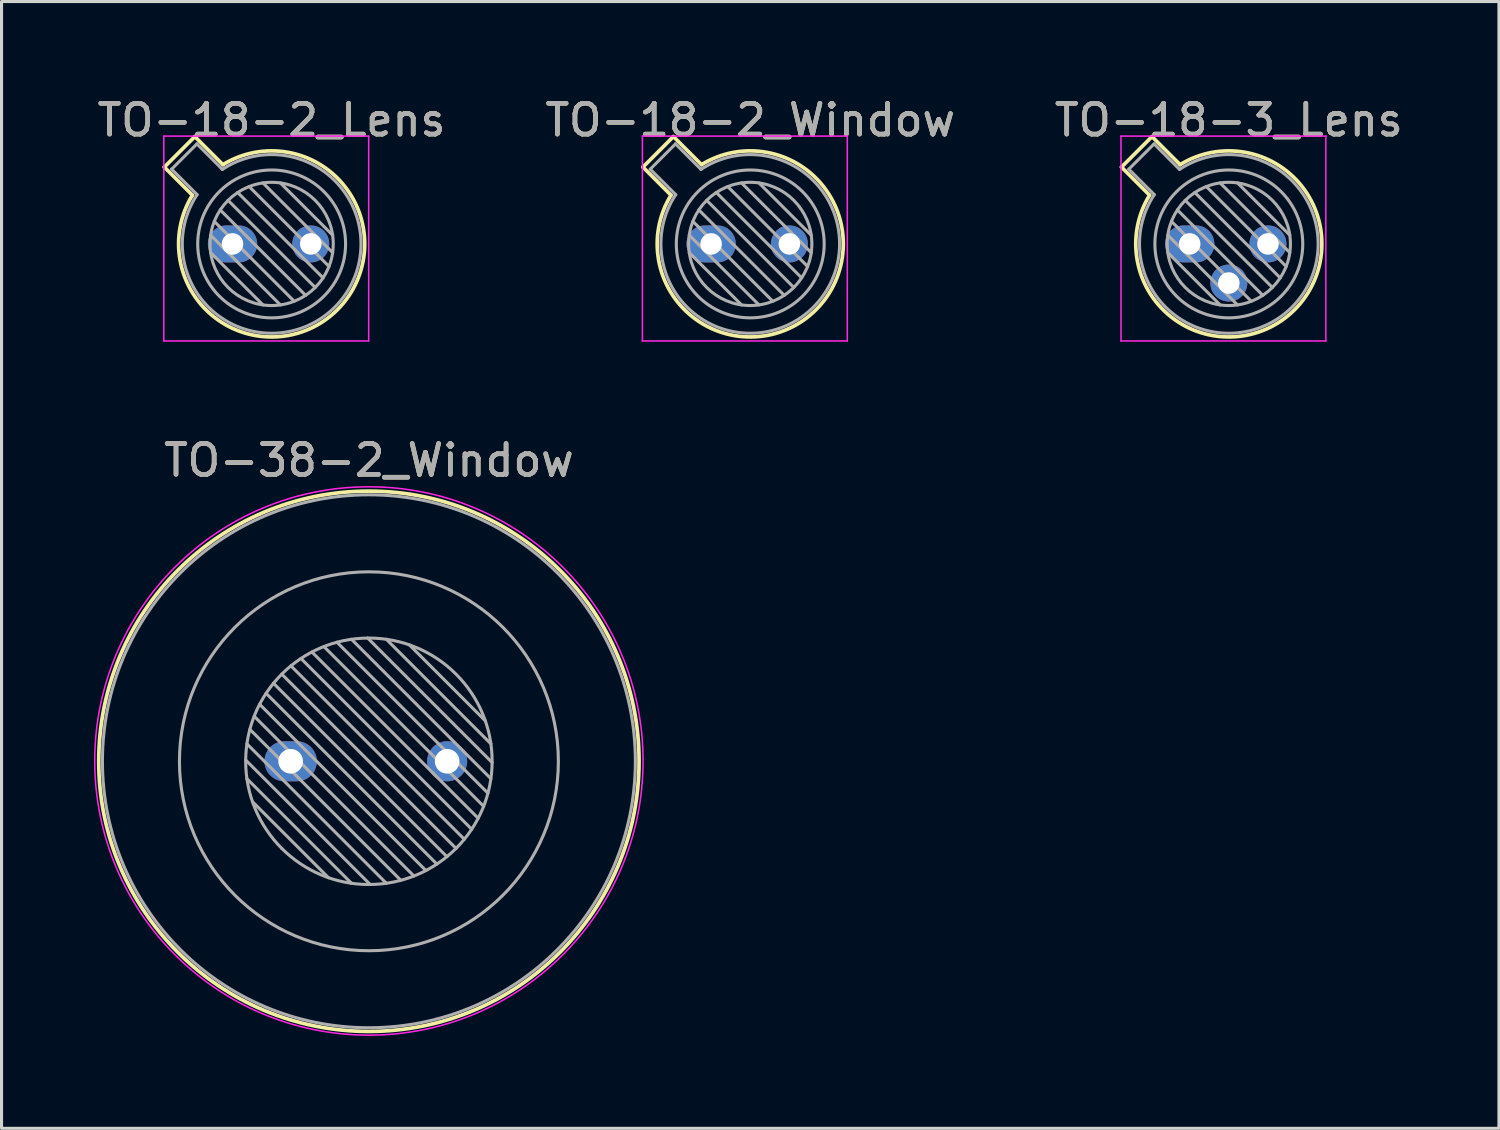
<source format=kicad_pcb>
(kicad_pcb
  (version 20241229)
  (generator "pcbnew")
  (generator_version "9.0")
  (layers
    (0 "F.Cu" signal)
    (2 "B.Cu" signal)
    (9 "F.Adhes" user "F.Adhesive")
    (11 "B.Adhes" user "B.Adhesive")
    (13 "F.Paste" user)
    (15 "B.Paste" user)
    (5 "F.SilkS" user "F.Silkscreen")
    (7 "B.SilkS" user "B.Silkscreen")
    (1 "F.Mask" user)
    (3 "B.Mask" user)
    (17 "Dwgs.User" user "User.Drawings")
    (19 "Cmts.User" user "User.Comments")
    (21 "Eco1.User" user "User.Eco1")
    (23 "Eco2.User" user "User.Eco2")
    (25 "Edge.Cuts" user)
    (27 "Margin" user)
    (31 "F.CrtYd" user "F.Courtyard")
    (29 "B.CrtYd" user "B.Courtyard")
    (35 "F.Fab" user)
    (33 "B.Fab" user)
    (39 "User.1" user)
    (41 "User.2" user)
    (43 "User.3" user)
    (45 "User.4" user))
  (footprint "TO-18-2_Window"
    (layer "F.Cu")
    (at 20.034 4.868)
    (property "Reference" "TO-18-2_Window" (at 1.27 -4.02 0) (layer "F.SilkS") (effects (font (size 1 1) (thickness 0.15))))
    (attr through_hole)
    (fp_line (start -2.214 -2.494) (end -1.302 -1.582) (stroke (width 0.12) (type solid)) (layer "F.SilkS"))
    (fp_line (start -1.224 -3.484) (end -2.214 -2.494) (stroke (width 0.12) (type solid)) (layer "F.SilkS"))
    (fp_line (start -0.312 -2.572) (end -1.224 -3.484) (stroke (width 0.12) (type solid)) (layer "F.SilkS"))
    (fp_arc (start -0.312331 -2.572281) (mid 3.405374 2.135551) (end -1.30215 -1.582544) (stroke (width 0.12) (type solid)) (layer "F.SilkS"))
    (fp_line (start -2.23 -3.5) (end -2.23 3.15) (stroke (width 0.05) (type solid)) (layer "F.CrtYd"))
    (fp_line (start -2.23 3.15) (end 4.42 3.15) (stroke (width 0.05) (type solid)) (layer "F.CrtYd"))
    (fp_line (start 4.42 -3.5) (end -2.23 -3.5) (stroke (width 0.05) (type solid)) (layer "F.CrtYd"))
    (fp_line (start 4.42 3.15) (end 4.42 -3.5) (stroke (width 0.05) (type solid)) (layer "F.CrtYd"))
    (fp_line (start -1.977 -2.426) (end -1.149 -1.599) (stroke (width 0.1) (type solid)) (layer "F.Fab"))
    (fp_line (start -1.156 -3.247) (end -1.977 -2.426) (stroke (width 0.1) (type solid)) (layer "F.Fab"))
    (fp_line (start -0.71 -0.283) (end 1.553 1.98) (stroke (width 0.1) (type solid)) (layer "F.Fab"))
    (fp_line (start -0.71 0.283) (end 0.987 1.98) (stroke (width 0.1) (type solid)) (layer "F.Fab"))
    (fp_line (start -0.592 -0.731) (end 2.001 1.862) (stroke (width 0.1) (type solid)) (layer "F.Fab"))
    (fp_line (start -0.399 -1.103) (end 2.373 1.669) (stroke (width 0.1) (type solid)) (layer "F.Fab"))
    (fp_line (start -0.329 -2.419) (end -1.156 -3.247) (stroke (width 0.1) (type solid)) (layer "F.Fab"))
    (fp_line (start -0.145 -1.415) (end 2.685 1.415) (stroke (width 0.1) (type solid)) (layer "F.Fab"))
    (fp_line (start 0.167 -1.669) (end 2.939 1.103) (stroke (width 0.1) (type solid)) (layer "F.Fab"))
    (fp_line (start 0.539 -1.862) (end 3.132 0.731) (stroke (width 0.1) (type solid)) (layer "F.Fab"))
    (fp_line (start 0.987 -1.98) (end 3.25 0.283) (stroke (width 0.1) (type solid)) (layer "F.Fab"))
    (fp_line (start 1.553 -1.98) (end 3.25 -0.283) (stroke (width 0.1) (type solid)) (layer "F.Fab"))
    (fp_arc (start -0.329057 -2.419301) (mid 3.321076 2.050143) (end -1.150029 -1.597956) (stroke (width 0.1) (type solid)) (layer "F.Fab"))
    (fp_circle (center 1.27 0) (end 3.27 0) (stroke (width 0.1) (type solid)) (fill no) (layer "F.Fab"))
    (fp_circle (center 1.27 0) (end 3.67 0) (stroke (width 0.1) (type solid)) (fill no) (layer "F.Fab"))
    (fp_text user "${REFERENCE}" (at 1.27 -4.02 0) (layer "F.Fab") (effects (font (size 1 1) (thickness 0.15))))
    (pad "1" thru_hole oval (at 0 0) (size 1.6 1.2) (drill 0.7) (layers "*.Cu" "*.Mask"))
    (pad "2" thru_hole oval (at 2.54 0) (size 1.2 1.2) (drill 0.7) (layers "*.Cu" "*.Mask")))
  (footprint "TO-18-3_Lens"
    (layer "F.Cu")
    (at 35.569 4.868)
    (property "Reference" "TO-18-3_Lens" (at 1.27 -4.02 0) (layer "F.SilkS") (effects (font (size 1 1) (thickness 0.15))))
    (attr through_hole)
    (fp_line (start -2.214 -2.494) (end -1.302 -1.582) (stroke (width 0.12) (type solid)) (layer "F.SilkS"))
    (fp_line (start -1.224 -3.484) (end -2.214 -2.494) (stroke (width 0.12) (type solid)) (layer "F.SilkS"))
    (fp_line (start -0.312 -2.572) (end -1.224 -3.484) (stroke (width 0.12) (type solid)) (layer "F.SilkS"))
    (fp_arc (start -0.312331 -2.572281) (mid 3.405374 2.135551) (end -1.30215 -1.582544) (stroke (width 0.12) (type solid)) (layer "F.SilkS"))
    (fp_line (start -2.23 -3.5) (end -2.23 3.15) (stroke (width 0.05) (type solid)) (layer "F.CrtYd"))
    (fp_line (start -2.23 3.15) (end 4.42 3.15) (stroke (width 0.05) (type solid)) (layer "F.CrtYd"))
    (fp_line (start 4.42 -3.5) (end -2.23 -3.5) (stroke (width 0.05) (type solid)) (layer "F.CrtYd"))
    (fp_line (start 4.42 3.15) (end 4.42 -3.5) (stroke (width 0.05) (type solid)) (layer "F.CrtYd"))
    (fp_line (start -1.977 -2.426) (end -1.149 -1.599) (stroke (width 0.1) (type solid)) (layer "F.Fab"))
    (fp_line (start -1.156 -3.247) (end -1.977 -2.426) (stroke (width 0.1) (type solid)) (layer "F.Fab"))
    (fp_line (start -0.71 -0.283) (end 1.553 1.98) (stroke (width 0.1) (type solid)) (layer "F.Fab"))
    (fp_line (start -0.71 0.283) (end 0.987 1.98) (stroke (width 0.1) (type solid)) (layer "F.Fab"))
    (fp_line (start -0.592 -0.731) (end 2.001 1.862) (stroke (width 0.1) (type solid)) (layer "F.Fab"))
    (fp_line (start -0.399 -1.103) (end 2.373 1.669) (stroke (width 0.1) (type solid)) (layer "F.Fab"))
    (fp_line (start -0.329 -2.419) (end -1.156 -3.247) (stroke (width 0.1) (type solid)) (layer "F.Fab"))
    (fp_line (start -0.145 -1.415) (end 2.685 1.415) (stroke (width 0.1) (type solid)) (layer "F.Fab"))
    (fp_line (start 0.167 -1.669) (end 2.939 1.103) (stroke (width 0.1) (type solid)) (layer "F.Fab"))
    (fp_line (start 0.539 -1.862) (end 3.132 0.731) (stroke (width 0.1) (type solid)) (layer "F.Fab"))
    (fp_line (start 0.987 -1.98) (end 3.25 0.283) (stroke (width 0.1) (type solid)) (layer "F.Fab"))
    (fp_line (start 1.553 -1.98) (end 3.25 -0.283) (stroke (width 0.1) (type solid)) (layer "F.Fab"))
    (fp_arc (start -0.329057 -2.419301) (mid 3.321076 2.050143) (end -1.150029 -1.597956) (stroke (width 0.1) (type solid)) (layer "F.Fab"))
    (fp_circle (center 1.27 0) (end 3.27 0) (stroke (width 0.1) (type solid)) (fill no) (layer "F.Fab"))
    (fp_circle (center 1.27 0) (end 3.67 0) (stroke (width 0.1) (type solid)) (fill no) (layer "F.Fab"))
    (fp_text user "${REFERENCE}" (at 1.27 -4.02 0) (layer "F.Fab") (effects (font (size 1 1) (thickness 0.15))))
    (pad "1" thru_hole oval (at 0 0) (size 1.6 1.2) (drill 0.7) (layers "*.Cu" "*.Mask"))
    (pad "2" thru_hole oval (at 1.27 1.27) (size 1.2 1.2) (drill 0.7) (layers "*.Cu" "*.Mask"))
    (pad "3" thru_hole oval (at 2.54 0) (size 1.2 1.2) (drill 0.7) (layers "*.Cu" "*.Mask")))
  (footprint "TO-38-2_Window"
    (layer "F.Cu")
    (at 6.385 21.662)
    (property "Reference" "TO-38-2_Window" (at 2.54 -9.77 0) (layer "F.SilkS") (effects (font (size 1 1) (thickness 0.15))))
    (attr through_hole)
    (fp_circle (center 2.54 0) (end 11.31 0) (stroke (width 0.12) (type solid)) (fill no) (layer "F.SilkS"))
    (fp_circle (center 2.54 -0.01) (end 11.44 -0.01) (stroke (width 0.05) (type solid)) (fill no) (layer "F.CrtYd"))
    (fp_line (start -1.46 -0.041) (end 2.581 4) (stroke (width 0.1) (type solid)) (layer "F.Fab"))
    (fp_line (start -1.42 -0.566) (end 3.106 3.96) (stroke (width 0.1) (type solid)) (layer "F.Fab"))
    (fp_line (start -1.42 0.566) (end 1.974 3.96) (stroke (width 0.1) (type solid)) (layer "F.Fab"))
    (fp_line (start -1.324 -1.036) (end 3.576 3.864) (stroke (width 0.1) (type solid)) (layer "F.Fab"))
    (fp_line (start -1.239 1.313) (end 1.227 3.779) (stroke (width 0.1) (type solid)) (layer "F.Fab"))
    (fp_line (start -1.184 -1.461) (end 4.001 3.724) (stroke (width 0.1) (type solid)) (layer "F.Fab"))
    (fp_line (start -1.007 -1.85) (end 4.39 3.547) (stroke (width 0.1) (type solid)) (layer "F.Fab"))
    (fp_line (start -0.797 -2.206) (end 4.746 3.337) (stroke (width 0.1) (type solid)) (layer "F.Fab"))
    (fp_line (start -0.558 -2.532) (end 5.072 3.098) (stroke (width 0.1) (type solid)) (layer "F.Fab"))
    (fp_line (start -0.289 -2.829) (end 5.369 2.829) (stroke (width 0.1) (type solid)) (layer "F.Fab"))
    (fp_line (start -0.289 2.829) (end -0.289 2.829) (stroke (width 0.1) (type solid)) (layer "F.Fab"))
    (fp_line (start 0.008 -3.098) (end 5.638 2.532) (stroke (width 0.1) (type solid)) (layer "F.Fab"))
    (fp_line (start 0.334 -3.337) (end 5.877 2.206) (stroke (width 0.1) (type solid)) (layer "F.Fab"))
    (fp_line (start 0.69 -3.547) (end 6.087 1.85) (stroke (width 0.1) (type solid)) (layer "F.Fab"))
    (fp_line (start 1.079 -3.724) (end 6.264 1.461) (stroke (width 0.1) (type solid)) (layer "F.Fab"))
    (fp_line (start 1.504 -3.864) (end 6.404 1.036) (stroke (width 0.1) (type solid)) (layer "F.Fab"))
    (fp_line (start 1.974 -3.96) (end 6.5 0.566) (stroke (width 0.1) (type solid)) (layer "F.Fab"))
    (fp_line (start 2.499 -4) (end 6.54 0.041) (stroke (width 0.1) (type solid)) (layer "F.Fab"))
    (fp_line (start 3.106 -3.96) (end 6.5 -0.566) (stroke (width 0.1) (type solid)) (layer "F.Fab"))
    (fp_line (start 3.853 -3.779) (end 6.319 -1.313) (stroke (width 0.1) (type solid)) (layer "F.Fab"))
    (fp_circle (center 2.54 0) (end 6.54 0) (stroke (width 0.1) (type solid)) (fill no) (layer "F.Fab"))
    (fp_circle (center 2.54 0) (end 8.69 0) (stroke (width 0.1) (type solid)) (fill no) (layer "F.Fab"))
    (fp_circle (center 2.54 0) (end 11.19 0) (stroke (width 0.1) (type solid)) (fill no) (layer "F.Fab"))
    (fp_text user "${REFERENCE}" (at 2.54 -9.77 0) (layer "F.Fab") (effects (font (size 1 1) (thickness 0.15))))
    (pad "1" thru_hole oval (at 0 0) (size 1.7 1.3) (drill 0.8) (layers "*.Cu" "*.Mask"))
    (pad "2" thru_hole oval (at 5.08 0) (size 1.3 1.3) (drill 0.8) (layers "*.Cu" "*.Mask")))
  (footprint "TO-18-2_Lens"
    (layer "F.Cu")
    (at 4.498 4.868)
    (property "Reference" "TO-18-2_Lens" (at 1.27 -4.02 0) (layer "F.SilkS") (effects (font (size 1 1) (thickness 0.15))))
    (attr through_hole)
    (fp_line (start -2.214 -2.494) (end -1.302 -1.582) (stroke (width 0.12) (type solid)) (layer "F.SilkS"))
    (fp_line (start -1.224 -3.484) (end -2.214 -2.494) (stroke (width 0.12) (type solid)) (layer "F.SilkS"))
    (fp_line (start -0.312 -2.572) (end -1.224 -3.484) (stroke (width 0.12) (type solid)) (layer "F.SilkS"))
    (fp_arc (start -0.312331 -2.572281) (mid 3.405374 2.135551) (end -1.30215 -1.582544) (stroke (width 0.12) (type solid)) (layer "F.SilkS"))
    (fp_line (start -2.23 -3.5) (end -2.23 3.15) (stroke (width 0.05) (type solid)) (layer "F.CrtYd"))
    (fp_line (start -2.23 3.15) (end 4.42 3.15) (stroke (width 0.05) (type solid)) (layer "F.CrtYd"))
    (fp_line (start 4.42 -3.5) (end -2.23 -3.5) (stroke (width 0.05) (type solid)) (layer "F.CrtYd"))
    (fp_line (start 4.42 3.15) (end 4.42 -3.5) (stroke (width 0.05) (type solid)) (layer "F.CrtYd"))
    (fp_line (start -1.977 -2.426) (end -1.149 -1.599) (stroke (width 0.1) (type solid)) (layer "F.Fab"))
    (fp_line (start -1.156 -3.247) (end -1.977 -2.426) (stroke (width 0.1) (type solid)) (layer "F.Fab"))
    (fp_line (start -0.71 -0.283) (end 1.553 1.98) (stroke (width 0.1) (type solid)) (layer "F.Fab"))
    (fp_line (start -0.71 0.283) (end 0.987 1.98) (stroke (width 0.1) (type solid)) (layer "F.Fab"))
    (fp_line (start -0.592 -0.731) (end 2.001 1.862) (stroke (width 0.1) (type solid)) (layer "F.Fab"))
    (fp_line (start -0.399 -1.103) (end 2.373 1.669) (stroke (width 0.1) (type solid)) (layer "F.Fab"))
    (fp_line (start -0.329 -2.419) (end -1.156 -3.247) (stroke (width 0.1) (type solid)) (layer "F.Fab"))
    (fp_line (start -0.145 -1.415) (end 2.685 1.415) (stroke (width 0.1) (type solid)) (layer "F.Fab"))
    (fp_line (start 0.167 -1.669) (end 2.939 1.103) (stroke (width 0.1) (type solid)) (layer "F.Fab"))
    (fp_line (start 0.539 -1.862) (end 3.132 0.731) (stroke (width 0.1) (type solid)) (layer "F.Fab"))
    (fp_line (start 0.987 -1.98) (end 3.25 0.283) (stroke (width 0.1) (type solid)) (layer "F.Fab"))
    (fp_line (start 1.553 -1.98) (end 3.25 -0.283) (stroke (width 0.1) (type solid)) (layer "F.Fab"))
    (fp_arc (start -0.329057 -2.419301) (mid 3.321076 2.050143) (end -1.150029 -1.597956) (stroke (width 0.1) (type solid)) (layer "F.Fab"))
    (fp_circle (center 1.27 0) (end 3.27 0) (stroke (width 0.1) (type solid)) (fill no) (layer "F.Fab"))
    (fp_circle (center 1.27 0) (end 3.67 0) (stroke (width 0.1) (type solid)) (fill no) (layer "F.Fab"))
    (fp_text user "${REFERENCE}" (at 1.27 -4.02 0) (layer "F.Fab") (effects (font (size 1 1) (thickness 0.15))))
    (pad "1" thru_hole oval (at 0 0) (size 1.6 1.2) (drill 0.7) (layers "*.Cu" "*.Mask"))
    (pad "2" thru_hole oval (at 2.54 0) (size 1.2 1.2) (drill 0.7) (layers "*.Cu" "*.Mask")))
  (gr_rect
    (start -3 -3)
    (end 45.607 33.577)
    (stroke (width 0.1) (type default))
    (fill no)
    (layer "Edge.Cuts")))
</source>
